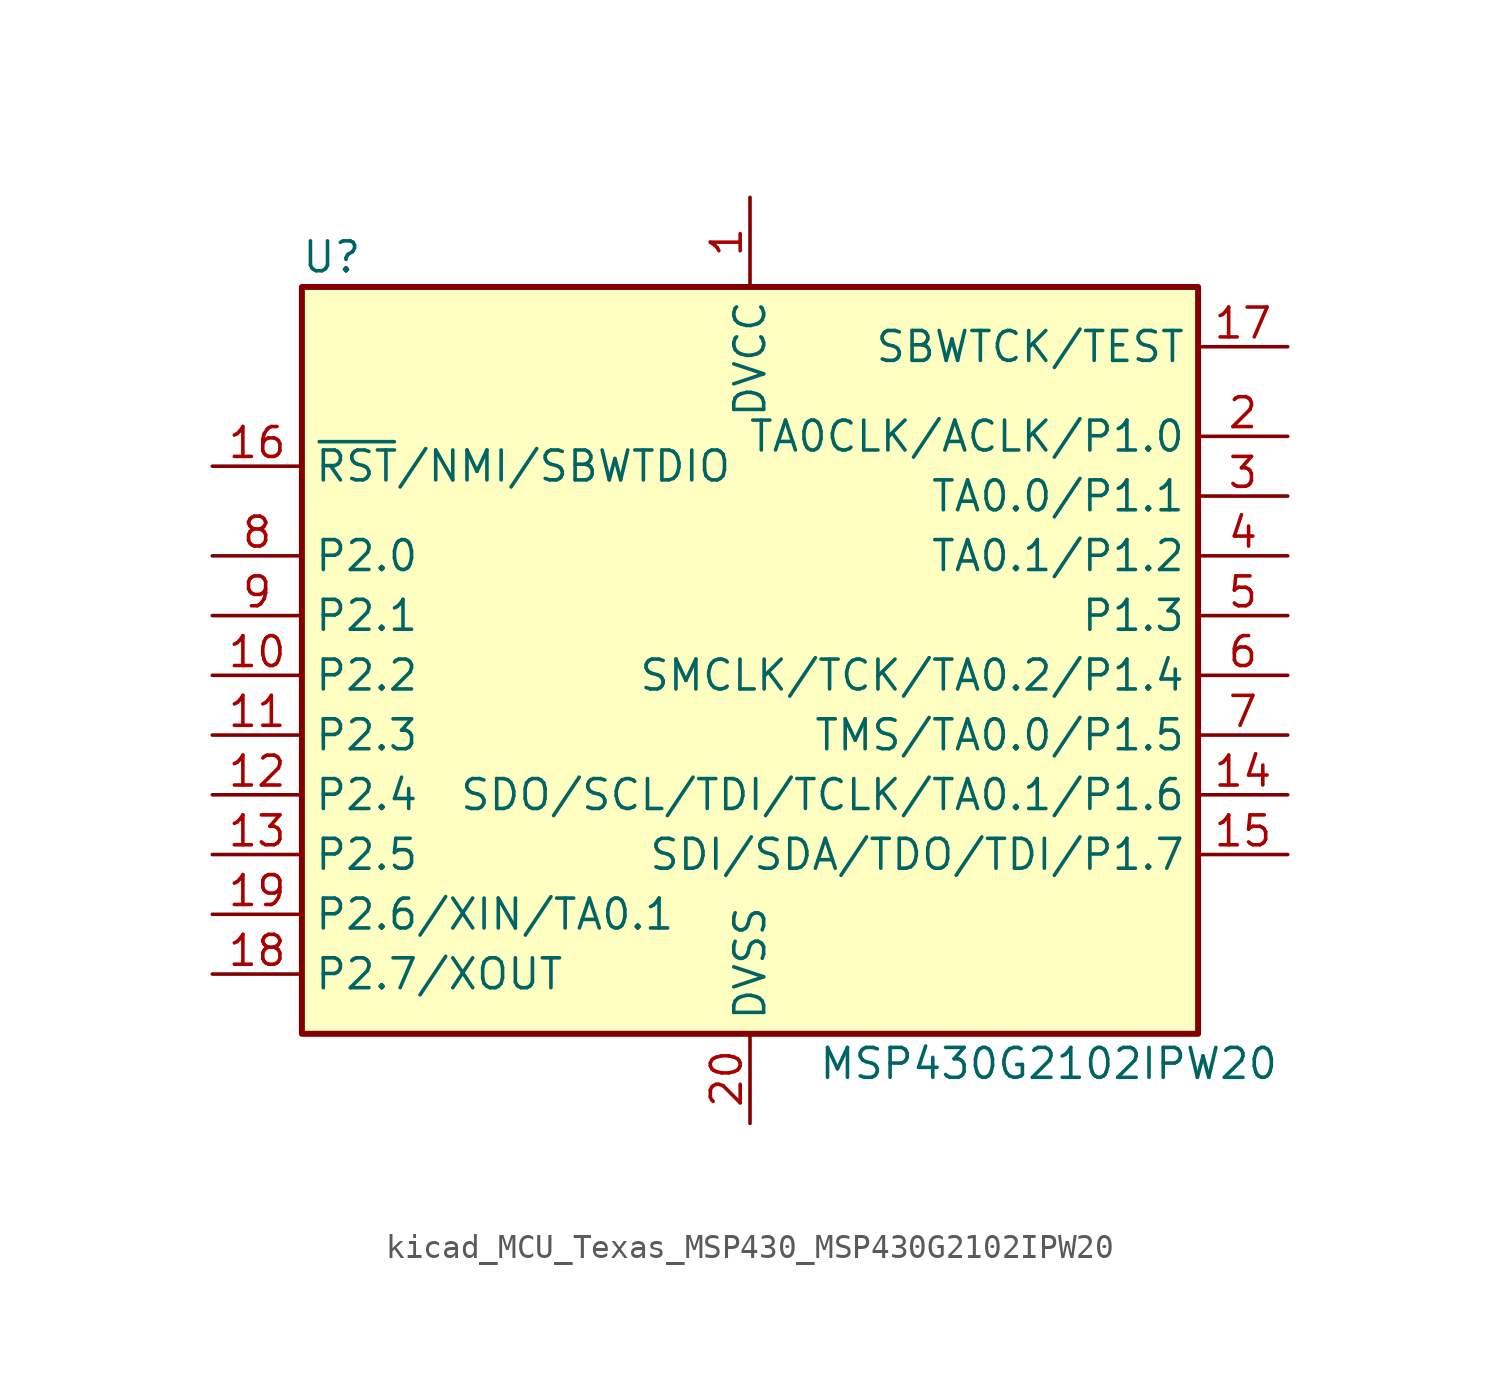
<source format=kicad_sym>
(kicad_symbol_lib
  (version 20220914)
  (generator kicad_symbol_editor)
  (symbol "kicad_MCU_Texas_MSP430_MSP430G2102IPW20"
    (property "Reference" "U"
      (at -17.78 17.78 0)
      (effects (font (size 1.27 1.27))))
    (property "Value" "MSP430G2102IPW20"
      (at 12.7 -16.51 0)
      (effects (font (size 1.27 1.27))))
    (symbol "kicad_MCU_Texas_MSP430_MSP430G2102IPW20_0_1"
      (rectangle (start -19.05 16.51) (end 19.05 -15.24) (stroke (width 0.254) (type default)) (fill (type background))))
    (symbol "kicad_MCU_Texas_MSP430_MSP430G2102IPW20_1_1"
      (pin power_in line (at 0 20.32 270) (length 3.81) (name "DVCC" (effects (font (size 1.27 1.27)))) (number "1" (effects (font (size 1.27 1.27)))))
      (pin bidirectional line (at -22.86 0 0) (length 3.81) (name "P2.2" (effects (font (size 1.27 1.27)))) (number "10" (effects (font (size 1.27 1.27)))))
      (pin bidirectional line (at -22.86 -2.54 0) (length 3.81) (name "P2.3" (effects (font (size 1.27 1.27)))) (number "11" (effects (font (size 1.27 1.27)))))
      (pin bidirectional line (at -22.86 -5.08 0) (length 3.81) (name "P2.4" (effects (font (size 1.27 1.27)))) (number "12" (effects (font (size 1.27 1.27)))))
      (pin bidirectional line (at -22.86 -7.62 0) (length 3.81) (name "P2.5" (effects (font (size 1.27 1.27)))) (number "13" (effects (font (size 1.27 1.27)))))
      (pin bidirectional line (at 22.86 -5.08 180) (length 3.81) (name "SDO/SCL/TDI/TCLK/TA0.1/P1.6" (effects (font (size 1.27 1.27)))) (number "14" (effects (font (size 1.27 1.27)))))
      (pin bidirectional line (at 22.86 -7.62 180) (length 3.81) (name "SDI/SDA/TDO/TDI/P1.7" (effects (font (size 1.27 1.27)))) (number "15" (effects (font (size 1.27 1.27)))))
      (pin input line (at -22.86 8.89 0) (length 3.81) (name "~{RST}/NMI/SBWTDIO" (effects (font (size 1.27 1.27)))) (number "16" (effects (font (size 1.27 1.27)))))
      (pin input line (at 22.86 13.97 180) (length 3.81) (name "SBWTCK/TEST" (effects (font (size 1.27 1.27)))) (number "17" (effects (font (size 1.27 1.27)))))
      (pin bidirectional line (at -22.86 -12.7 0) (length 3.81) (name "P2.7/XOUT" (effects (font (size 1.27 1.27)))) (number "18" (effects (font (size 1.27 1.27)))))
      (pin bidirectional line (at -22.86 -10.16 0) (length 3.81) (name "P2.6/XIN/TA0.1" (effects (font (size 1.27 1.27)))) (number "19" (effects (font (size 1.27 1.27)))))
      (pin bidirectional line (at 22.86 10.16 180) (length 3.81) (name "TA0CLK/ACLK/P1.0" (effects (font (size 1.27 1.27)))) (number "2" (effects (font (size 1.27 1.27)))))
      (pin power_in line (at 0 -19.05 90) (length 3.81) (name "DVSS" (effects (font (size 1.27 1.27)))) (number "20" (effects (font (size 1.27 1.27)))))
      (pin bidirectional line (at 22.86 7.62 180) (length 3.81) (name "TA0.0/P1.1" (effects (font (size 1.27 1.27)))) (number "3" (effects (font (size 1.27 1.27)))))
      (pin bidirectional line (at 22.86 5.08 180) (length 3.81) (name "TA0.1/P1.2" (effects (font (size 1.27 1.27)))) (number "4" (effects (font (size 1.27 1.27)))))
      (pin bidirectional line (at 22.86 2.54 180) (length 3.81) (name "P1.3" (effects (font (size 1.27 1.27)))) (number "5" (effects (font (size 1.27 1.27)))))
      (pin bidirectional line (at 22.86 0 180) (length 3.81) (name "SMCLK/TCK/TA0.2/P1.4" (effects (font (size 1.27 1.27)))) (number "6" (effects (font (size 1.27 1.27)))))
      (pin bidirectional line (at 22.86 -2.54 180) (length 3.81) (name "TMS/TA0.0/P1.5" (effects (font (size 1.27 1.27)))) (number "7" (effects (font (size 1.27 1.27)))))
      (pin bidirectional line (at -22.86 5.08 0) (length 3.81) (name "P2.0" (effects (font (size 1.27 1.27)))) (number "8" (effects (font (size 1.27 1.27)))))
      (pin bidirectional line (at -22.86 2.54 0) (length 3.81) (name "P2.1" (effects (font (size 1.27 1.27)))) (number "9" (effects (font (size 1.27 1.27))))))))
</source>
